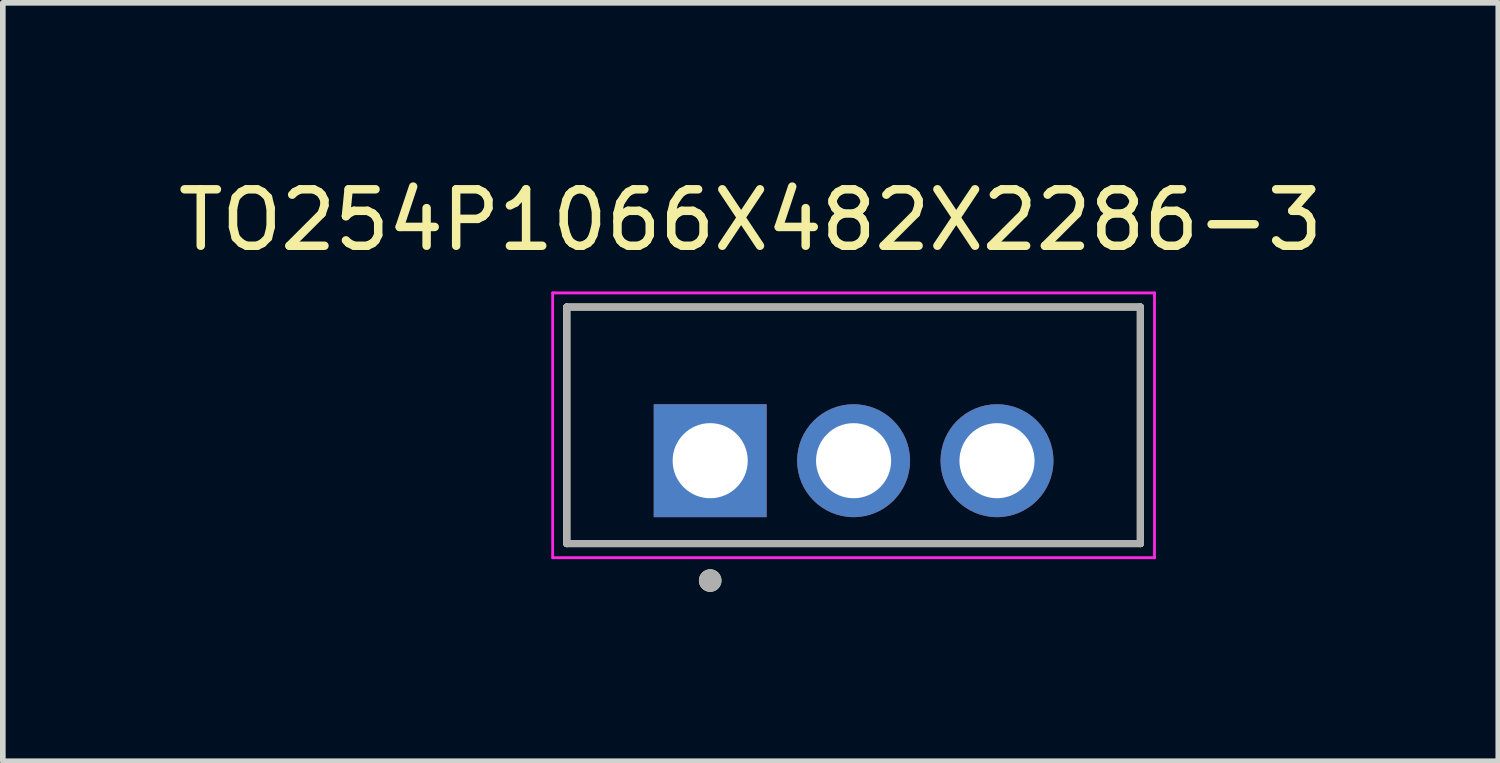
<source format=kicad_pcb>
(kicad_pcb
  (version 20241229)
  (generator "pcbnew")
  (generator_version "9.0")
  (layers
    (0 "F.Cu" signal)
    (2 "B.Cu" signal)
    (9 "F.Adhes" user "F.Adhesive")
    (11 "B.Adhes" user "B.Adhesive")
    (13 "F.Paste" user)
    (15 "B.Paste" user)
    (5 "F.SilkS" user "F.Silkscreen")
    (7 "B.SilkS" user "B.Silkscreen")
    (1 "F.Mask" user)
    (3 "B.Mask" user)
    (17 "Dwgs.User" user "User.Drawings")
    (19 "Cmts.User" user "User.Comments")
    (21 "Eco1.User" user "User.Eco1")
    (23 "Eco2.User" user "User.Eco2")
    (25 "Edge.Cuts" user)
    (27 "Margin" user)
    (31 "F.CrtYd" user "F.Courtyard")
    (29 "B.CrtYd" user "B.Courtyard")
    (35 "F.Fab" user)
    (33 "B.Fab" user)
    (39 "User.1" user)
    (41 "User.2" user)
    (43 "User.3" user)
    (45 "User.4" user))
  (footprint "TO254P1066X482X2286-3"
    (layer "F.Cu")
    (at 9.529 5.11)
    (property "Reference" "TO254P1066X482X2286-3" (at 0.715 -4.262 0) (layer "F.SilkS") (effects (font (size 1 1) (thickness 0.15))))
    (attr through_hole)
    (fp_line (start -2.54 -2.722) (end 7.62 -2.722) (stroke (width 0.127) (type solid)) (layer "F.SilkS"))
    (fp_line (start -2.54 1.468) (end -2.54 -2.722) (stroke (width 0.127) (type solid)) (layer "F.SilkS"))
    (fp_line (start 7.62 -2.722) (end 7.62 1.468) (stroke (width 0.127) (type solid)) (layer "F.SilkS"))
    (fp_line (start 7.62 1.468) (end -2.54 1.468) (stroke (width 0.127) (type solid)) (layer "F.SilkS"))
    (fp_circle (center 0 2.123) (end 0.1 2.123) (stroke (width 0.2) (type solid)) (fill no) (layer "F.SilkS"))
    (fp_line (start -2.79 -2.972) (end 7.87 -2.972) (stroke (width 0.05) (type solid)) (layer "F.CrtYd"))
    (fp_line (start -2.79 1.718) (end -2.79 -2.972) (stroke (width 0.05) (type solid)) (layer "F.CrtYd"))
    (fp_line (start 7.87 -2.972) (end 7.87 1.718) (stroke (width 0.05) (type solid)) (layer "F.CrtYd"))
    (fp_line (start 7.87 1.718) (end -2.79 1.718) (stroke (width 0.05) (type solid)) (layer "F.CrtYd"))
    (fp_line (start -2.54 -2.722) (end 7.62 -2.722) (stroke (width 0.127) (type solid)) (layer "F.Fab"))
    (fp_line (start -2.54 1.468) (end -2.54 -2.722) (stroke (width 0.127) (type solid)) (layer "F.Fab"))
    (fp_line (start 7.62 -2.722) (end 7.62 1.468) (stroke (width 0.127) (type solid)) (layer "F.Fab"))
    (fp_line (start 7.62 1.468) (end -2.54 1.468) (stroke (width 0.127) (type solid)) (layer "F.Fab"))
    (fp_circle (center 0 2.123) (end 0.1 2.123) (stroke (width 0.2) (type solid)) (fill no) (layer "F.Fab"))
    (pad "1" thru_hole rect (at 0 0) (size 2 2) (drill 1.33) (layers "*.Cu" "*.Mask"))
    (pad "2" thru_hole circle (at 2.54 0) (size 2 2) (drill 1.33) (layers "*.Cu" "*.Mask"))
    (pad "3" thru_hole circle (at 5.08 0) (size 2 2) (drill 1.33) (layers "*.Cu" "*.Mask")))
  (gr_rect
    (start -3 -3)
    (end 23.488 10.433)
    (stroke (width 0.1) (type default))
    (fill no)
    (layer "Edge.Cuts")))
</source>
